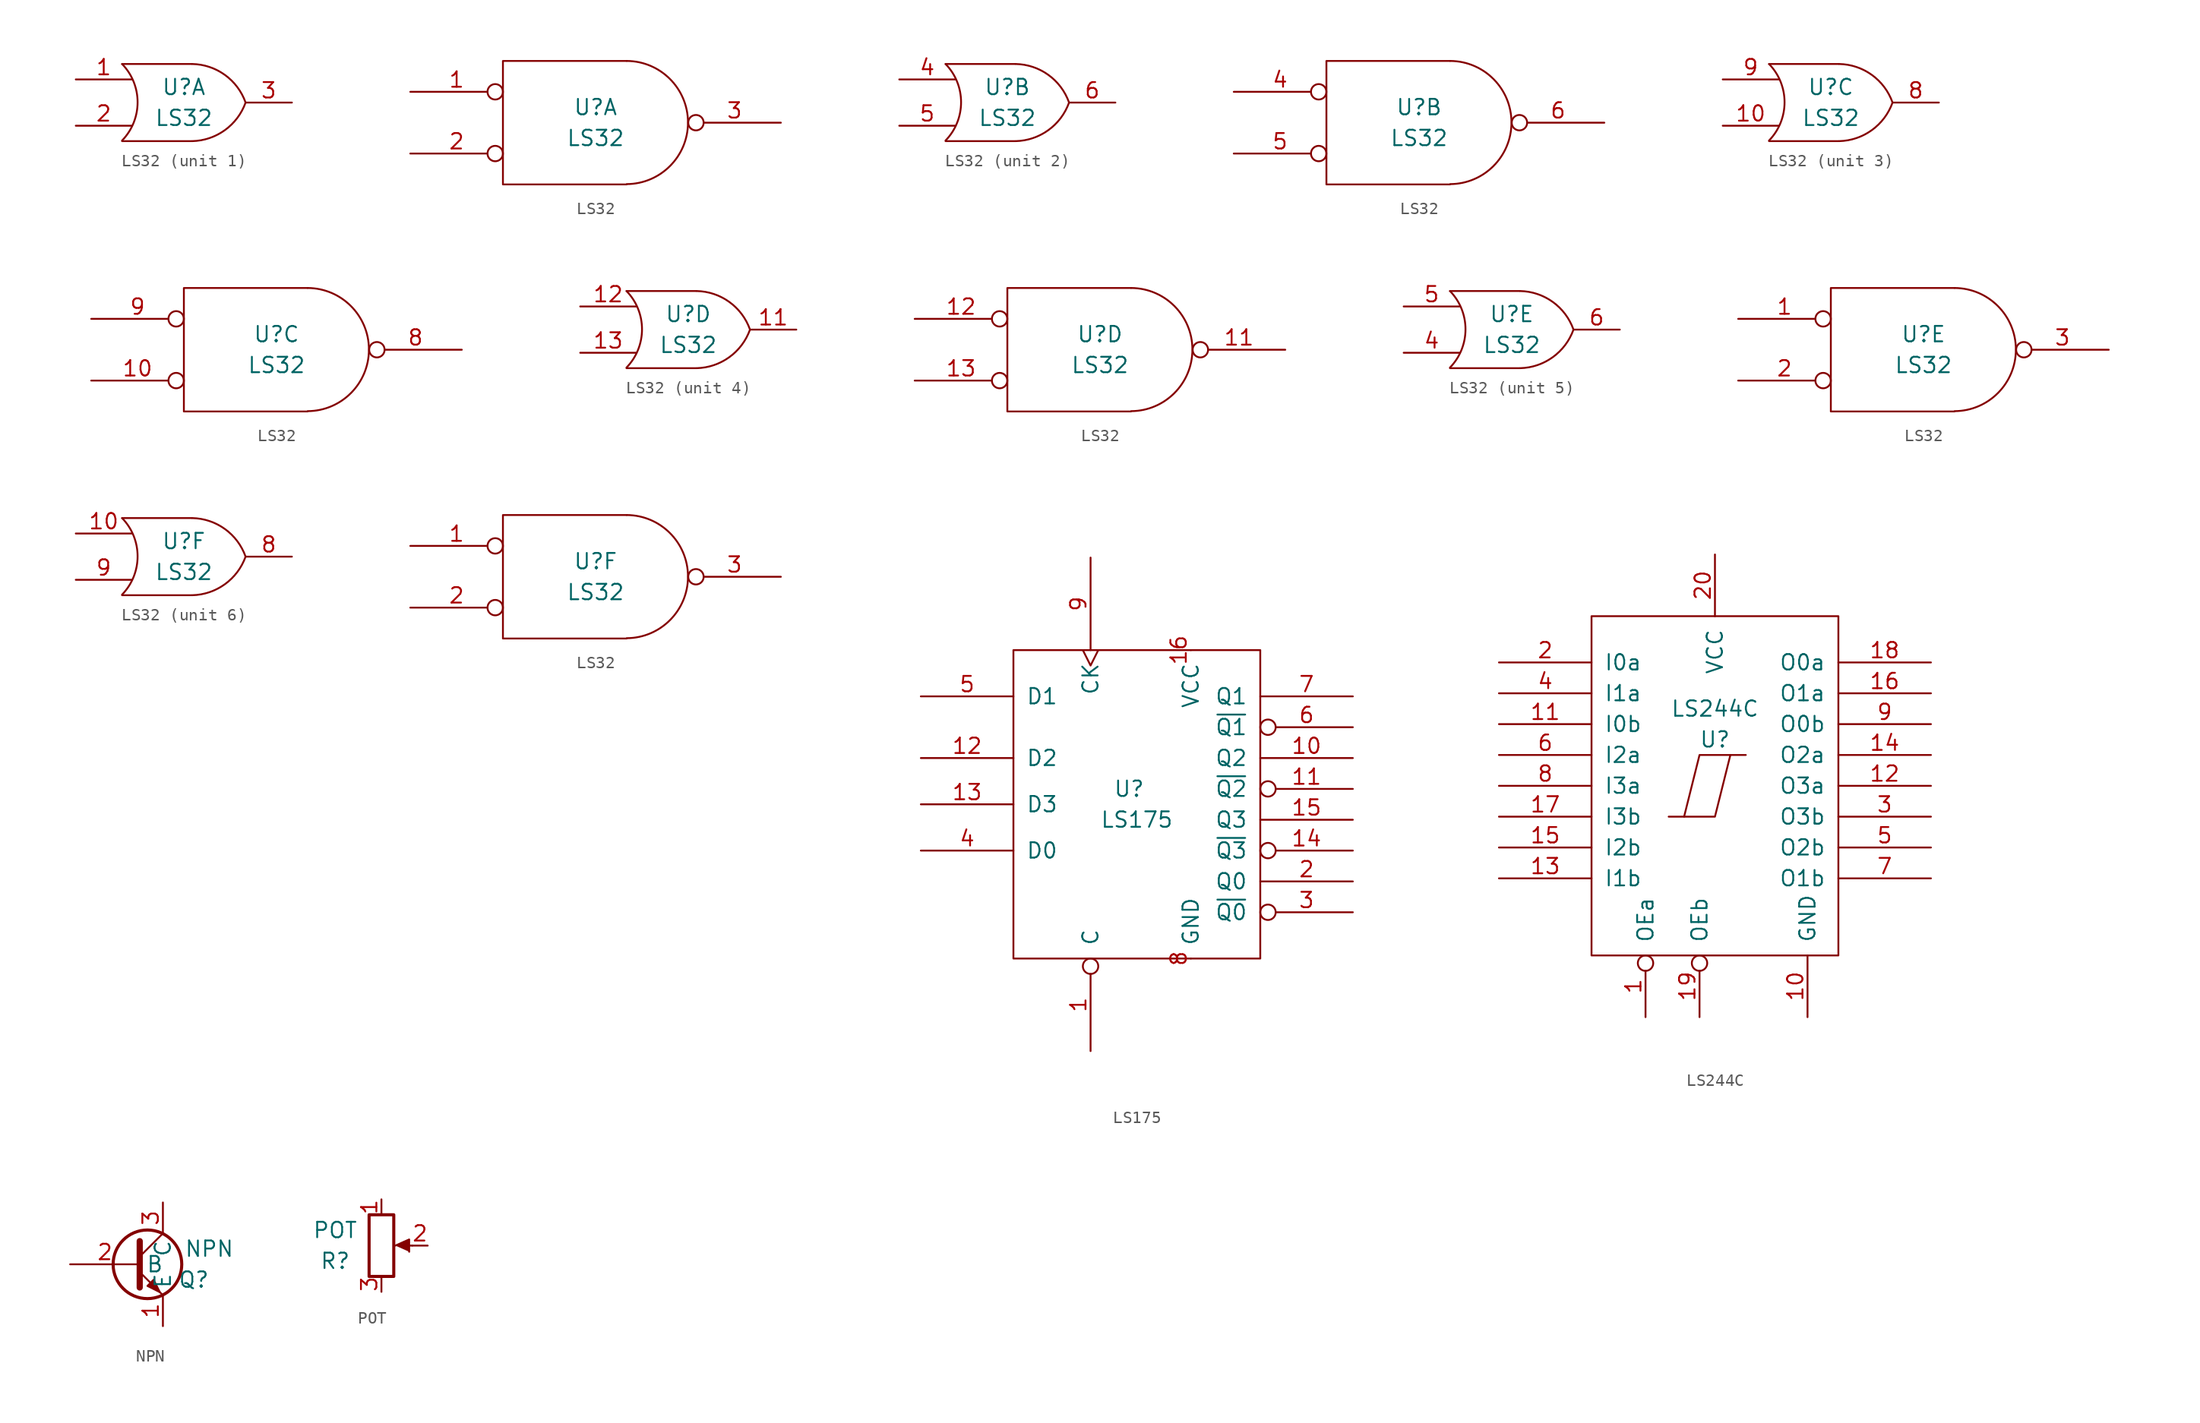
<source format=kicad_sym>
(kicad_symbol_lib
  (version 20211014)
  (generator kicad_symbol_editor)
  (symbol "LS32"
    (pin_names
      (offset 0.762))
    (property "Reference" "U"
      (at 0 1.27 0)
      (effects (font (size 1.27 1.27))))
    (property "Value" "LS32"
      (at 0 -1.27 0)
      (effects (font (size 1.27 1.27))))
    (symbol "LS32_0_1"
      (arc (start -5.08 -3.1242) (mid -3.8046 0.0254) (end -5.08 3.175) (stroke (width 0) (type default) (color 0 0 0 0)) (fill (type none)))
      (polyline (pts (xy -5.08 -3.175) (xy 0.635 -3.175)) (stroke (width 0) (type default) (color 0 0 0 0)) (fill (type none)))
      (polyline (pts (xy -5.08 3.175) (xy 0.635 3.175)) (stroke (width 0) (type default) (color 0 0 0 0)) (fill (type none)))
      (arc (start 0.6858 -3.175) (mid 3.3757 -2.2696) (end 5.08 0) (stroke (width 0) (type default) (color 0 0 0 0)) (fill (type none)))
      (arc (start 5.08 0) (mid 3.3795 2.2748) (end 0.6858 3.175) (stroke (width 0) (type default) (color 0 0 0 0)) (fill (type none))))
    (symbol "LS32_0_2"
      (polyline (pts (xy 2.54 5.08) (xy -7.62 5.08) (xy -7.62 -5.08) (xy 2.54 -5.08)) (stroke (width 0) (type default) (color 0 0 0 0)) (fill (type none)))
      (arc (start 2.5654 -5.0546) (mid 7.5947 0.0127) (end 2.5654 5.08) (stroke (width 0) (type default) (color 0 0 0 0)) (fill (type none))))
    (symbol "LS32_1_1"
      (pin input line (at -8.89 1.905 0) (length 4.597) (name "~" (effects (font (size 1.27 1.27)))) (number "1" (effects (font (size 1.27 1.27)))))
      (pin input line (at -8.89 -1.905 0) (length 4.597) (name "~" (effects (font (size 1.27 1.27)))) (number "2" (effects (font (size 1.27 1.27)))))
      (pin output line (at 8.89 0 180) (length 3.81) (name "~" (effects (font (size 1.27 1.27)))) (number "3" (effects (font (size 1.27 1.27))))))
    (symbol "LS32_1_2"
      (pin input inverted (at -15.24 2.54 0) (length 7.62) (name "~" (effects (font (size 1.27 1.27)))) (number "1" (effects (font (size 1.27 1.27)))))
      (pin input inverted (at -15.24 -2.54 0) (length 7.62) (name "~" (effects (font (size 1.27 1.27)))) (number "2" (effects (font (size 1.27 1.27)))))
      (pin output inverted (at 15.24 0 180) (length 7.62) (name "~" (effects (font (size 1.27 1.27)))) (number "3" (effects (font (size 1.27 1.27))))))
    (symbol "LS32_2_1"
      (pin input line (at -8.89 1.905 0) (length 4.597) (name "~" (effects (font (size 1.27 1.27)))) (number "4" (effects (font (size 1.27 1.27)))))
      (pin input line (at -8.89 -1.905 0) (length 4.597) (name "~" (effects (font (size 1.27 1.27)))) (number "5" (effects (font (size 1.27 1.27)))))
      (pin output line (at 8.89 0 180) (length 3.81) (name "~" (effects (font (size 1.27 1.27)))) (number "6" (effects (font (size 1.27 1.27))))))
    (symbol "LS32_2_2"
      (pin input inverted (at -15.24 2.54 0) (length 7.62) (name "~" (effects (font (size 1.27 1.27)))) (number "4" (effects (font (size 1.27 1.27)))))
      (pin input inverted (at -15.24 -2.54 0) (length 7.62) (name "~" (effects (font (size 1.27 1.27)))) (number "5" (effects (font (size 1.27 1.27)))))
      (pin output inverted (at 15.24 0 180) (length 7.62) (name "~" (effects (font (size 1.27 1.27)))) (number "6" (effects (font (size 1.27 1.27))))))
    (symbol "LS32_3_1"
      (pin input line (at -8.89 -1.905 0) (length 4.597) (name "~" (effects (font (size 1.27 1.27)))) (number "10" (effects (font (size 1.27 1.27)))))
      (pin output line (at 8.89 0 180) (length 3.81) (name "~" (effects (font (size 1.27 1.27)))) (number "8" (effects (font (size 1.27 1.27)))))
      (pin input line (at -8.89 1.905 0) (length 4.597) (name "~" (effects (font (size 1.27 1.27)))) (number "9" (effects (font (size 1.27 1.27))))))
    (symbol "LS32_3_2"
      (pin input inverted (at -15.24 -2.54 0) (length 7.62) (name "~" (effects (font (size 1.27 1.27)))) (number "10" (effects (font (size 1.27 1.27)))))
      (pin output inverted (at 15.24 0 180) (length 7.62) (name "~" (effects (font (size 1.27 1.27)))) (number "8" (effects (font (size 1.27 1.27)))))
      (pin input inverted (at -15.24 2.54 0) (length 7.62) (name "~" (effects (font (size 1.27 1.27)))) (number "9" (effects (font (size 1.27 1.27))))))
    (symbol "LS32_4_1"
      (pin output line (at 8.89 0 180) (length 3.81) (name "~" (effects (font (size 1.27 1.27)))) (number "11" (effects (font (size 1.27 1.27)))))
      (pin input line (at -8.89 1.905 0) (length 4.597) (name "~" (effects (font (size 1.27 1.27)))) (number "12" (effects (font (size 1.27 1.27)))))
      (pin input line (at -8.89 -1.905 0) (length 4.597) (name "~" (effects (font (size 1.27 1.27)))) (number "13" (effects (font (size 1.27 1.27))))))
    (symbol "LS32_4_2"
      (pin output inverted (at 15.24 0 180) (length 7.62) (name "~" (effects (font (size 1.27 1.27)))) (number "11" (effects (font (size 1.27 1.27)))))
      (pin input inverted (at -15.24 2.54 0) (length 7.62) (name "~" (effects (font (size 1.27 1.27)))) (number "12" (effects (font (size 1.27 1.27)))))
      (pin input inverted (at -15.24 -2.54 0) (length 7.62) (name "~" (effects (font (size 1.27 1.27)))) (number "13" (effects (font (size 1.27 1.27))))))
    (symbol "LS32_5_1"
      (pin input line (at -8.89 -1.905 0) (length 4.597) (name "~" (effects (font (size 1.27 1.27)))) (number "4" (effects (font (size 1.27 1.27)))))
      (pin input line (at -8.89 1.905 0) (length 4.597) (name "~" (effects (font (size 1.27 1.27)))) (number "5" (effects (font (size 1.27 1.27)))))
      (pin output line (at 8.89 0 180) (length 3.81) (name "~" (effects (font (size 1.27 1.27)))) (number "6" (effects (font (size 1.27 1.27))))))
    (symbol "LS32_5_2"
      (pin input inverted (at -15.24 2.54 0) (length 7.62) (name "~" (effects (font (size 1.27 1.27)))) (number "1" (effects (font (size 1.27 1.27)))))
      (pin input inverted (at -15.24 -2.54 0) (length 7.62) (name "~" (effects (font (size 1.27 1.27)))) (number "2" (effects (font (size 1.27 1.27)))))
      (pin output inverted (at 15.24 0 180) (length 7.62) (name "~" (effects (font (size 1.27 1.27)))) (number "3" (effects (font (size 1.27 1.27))))))
    (symbol "LS32_6_1"
      (pin input line (at -8.89 1.905 0) (length 4.597) (name "~" (effects (font (size 1.27 1.27)))) (number "10" (effects (font (size 1.27 1.27)))))
      (pin output line (at 8.89 0 180) (length 3.81) (name "~" (effects (font (size 1.27 1.27)))) (number "8" (effects (font (size 1.27 1.27)))))
      (pin input line (at -8.89 -1.905 0) (length 4.597) (name "~" (effects (font (size 1.27 1.27)))) (number "9" (effects (font (size 1.27 1.27))))))
    (symbol "LS32_6_2"
      (pin input inverted (at -15.24 2.54 0) (length 7.62) (name "~" (effects (font (size 1.27 1.27)))) (number "1" (effects (font (size 1.27 1.27)))))
      (pin input inverted (at -15.24 -2.54 0) (length 7.62) (name "~" (effects (font (size 1.27 1.27)))) (number "2" (effects (font (size 1.27 1.27)))))
      (pin output inverted (at 15.24 0 180) (length 7.62) (name "~" (effects (font (size 1.27 1.27)))) (number "3" (effects (font (size 1.27 1.27)))))))
  (symbol "LS175"
    (pin_names
      (offset 1.016))
    (property "Reference" "U"
      (at -0.635 1.27 0)
      (effects (font (size 1.27 1.27))))
    (property "Value" "LS175"
      (at 0 -1.27 0)
      (effects (font (size 1.27 1.27))))
    (symbol "LS175_0_0"
      (pin power_in line (at 4.445 12.7 270) (length 0) (name "VCC" (effects (font (size 1.27 1.27)))) (number "16" (effects (font (size 1.27 1.27)))))
      (pin power_in line (at 4.445 -12.7 90) (length 0) (name "GND" (effects (font (size 1.27 1.27)))) (number "8" (effects (font (size 1.27 1.27))))))
    (symbol "LS175_0_1"
      (rectangle (start -10.16 12.7) (end 10.16 -12.7) (stroke (width 0) (type default) (color 0 0 0 0)) (fill (type none))))
    (symbol "LS175_1_1"
      (pin input inverted (at -3.81 -20.32 90) (length 7.62) (name "C" (effects (font (size 1.27 1.27)))) (number "1" (effects (font (size 1.27 1.27)))))
      (pin output line (at 17.78 3.81 180) (length 7.62) (name "Q2" (effects (font (size 1.27 1.27)))) (number "10" (effects (font (size 1.27 1.27)))))
      (pin output inverted (at 17.78 1.27 180) (length 7.62) (name "~{Q2}" (effects (font (size 1.27 1.27)))) (number "11" (effects (font (size 1.27 1.27)))))
      (pin input line (at -17.78 3.81 0) (length 7.62) (name "D2" (effects (font (size 1.27 1.27)))) (number "12" (effects (font (size 1.27 1.27)))))
      (pin input line (at -17.78 0 0) (length 7.62) (name "D3" (effects (font (size 1.27 1.27)))) (number "13" (effects (font (size 1.27 1.27)))))
      (pin output inverted (at 17.78 -3.81 180) (length 7.62) (name "~{Q3}" (effects (font (size 1.27 1.27)))) (number "14" (effects (font (size 1.27 1.27)))))
      (pin output line (at 17.78 -1.27 180) (length 7.62) (name "Q3" (effects (font (size 1.27 1.27)))) (number "15" (effects (font (size 1.27 1.27)))))
      (pin output line (at 17.78 -6.35 180) (length 7.62) (name "Q0" (effects (font (size 1.27 1.27)))) (number "2" (effects (font (size 1.27 1.27)))))
      (pin output inverted (at 17.78 -8.89 180) (length 7.62) (name "~{Q0}" (effects (font (size 1.27 1.27)))) (number "3" (effects (font (size 1.27 1.27)))))
      (pin input line (at -17.78 -3.81 0) (length 7.62) (name "D0" (effects (font (size 1.27 1.27)))) (number "4" (effects (font (size 1.27 1.27)))))
      (pin input line (at -17.78 8.89 0) (length 7.62) (name "D1" (effects (font (size 1.27 1.27)))) (number "5" (effects (font (size 1.27 1.27)))))
      (pin output inverted (at 17.78 6.35 180) (length 7.62) (name "~{Q1}" (effects (font (size 1.27 1.27)))) (number "6" (effects (font (size 1.27 1.27)))))
      (pin output line (at 17.78 8.89 180) (length 7.62) (name "Q1" (effects (font (size 1.27 1.27)))) (number "7" (effects (font (size 1.27 1.27)))))
      (pin input clock (at -3.81 20.32 270) (length 7.62) (name "CK" (effects (font (size 1.27 1.27)))) (number "9" (effects (font (size 1.27 1.27)))))))
  (symbol "LS244C"
    (pin_names
      (offset 1.016))
    (property "Reference" "U"
      (at 0 3.81 0)
      (effects (font (size 1.27 1.27))))
    (property "Value" "LS244C"
      (at 0 6.35 0)
      (effects (font (size 1.27 1.27))))
    (symbol "LS244C_1_1"
      (rectangle (start -10.16 13.97) (end 10.16 -13.97) (stroke (width 0) (type default) (color 0 0 0 0)) (fill (type none)))
      (polyline (pts (xy 1.27 2.54) (xy 0 -2.54) (xy -2.54 -2.54)) (stroke (width 0) (type default) (color 0 0 0 0)) (fill (type none)))
      (polyline (pts (xy 2.54 2.54) (xy -1.27 2.54) (xy -2.54 -2.54) (xy -3.81 -2.54)) (stroke (width 0) (type default) (color 0 0 0 0)) (fill (type none)))
      (pin input inverted (at -5.715 -19.05 90) (length 5.08) (name "OEa" (effects (font (size 1.27 1.27)))) (number "1" (effects (font (size 1.27 1.27)))))
      (pin power_in line (at 7.62 -19.05 90) (length 5.08) (name "GND" (effects (font (size 1.27 1.27)))) (number "10" (effects (font (size 1.27 1.27)))))
      (pin input line (at -17.78 5.08 0) (length 7.62) (name "I0b" (effects (font (size 1.27 1.27)))) (number "11" (effects (font (size 1.27 1.27)))))
      (pin tri_state line (at 17.78 0 180) (length 7.62) (name "O3a" (effects (font (size 1.27 1.27)))) (number "12" (effects (font (size 1.27 1.27)))))
      (pin input line (at -17.78 -7.62 0) (length 7.62) (name "I1b" (effects (font (size 1.27 1.27)))) (number "13" (effects (font (size 1.27 1.27)))))
      (pin tri_state line (at 17.78 2.54 180) (length 7.62) (name "O2a" (effects (font (size 1.27 1.27)))) (number "14" (effects (font (size 1.27 1.27)))))
      (pin input line (at -17.78 -5.08 0) (length 7.62) (name "I2b" (effects (font (size 1.27 1.27)))) (number "15" (effects (font (size 1.27 1.27)))))
      (pin tri_state line (at 17.78 7.62 180) (length 7.62) (name "O1a" (effects (font (size 1.27 1.27)))) (number "16" (effects (font (size 1.27 1.27)))))
      (pin input line (at -17.78 -2.54 0) (length 7.62) (name "I3b" (effects (font (size 1.27 1.27)))) (number "17" (effects (font (size 1.27 1.27)))))
      (pin tri_state line (at 17.78 10.16 180) (length 7.62) (name "O0a" (effects (font (size 1.27 1.27)))) (number "18" (effects (font (size 1.27 1.27)))))
      (pin input inverted (at -1.27 -19.05 90) (length 5.08) (name "OEb" (effects (font (size 1.27 1.27)))) (number "19" (effects (font (size 1.27 1.27)))))
      (pin input line (at -17.78 10.16 0) (length 7.62) (name "I0a" (effects (font (size 1.27 1.27)))) (number "2" (effects (font (size 1.27 1.27)))))
      (pin power_in line (at 0 19.05 270) (length 5.08) (name "VCC" (effects (font (size 1.27 1.27)))) (number "20" (effects (font (size 1.27 1.27)))))
      (pin tri_state line (at 17.78 -2.54 180) (length 7.62) (name "O3b" (effects (font (size 1.27 1.27)))) (number "3" (effects (font (size 1.27 1.27)))))
      (pin input line (at -17.78 7.62 0) (length 7.62) (name "I1a" (effects (font (size 1.27 1.27)))) (number "4" (effects (font (size 1.27 1.27)))))
      (pin tri_state line (at 17.78 -5.08 180) (length 7.62) (name "O2b" (effects (font (size 1.27 1.27)))) (number "5" (effects (font (size 1.27 1.27)))))
      (pin input line (at -17.78 2.54 0) (length 7.62) (name "I2a" (effects (font (size 1.27 1.27)))) (number "6" (effects (font (size 1.27 1.27)))))
      (pin tri_state line (at 17.78 -7.62 180) (length 7.62) (name "O1b" (effects (font (size 1.27 1.27)))) (number "7" (effects (font (size 1.27 1.27)))))
      (pin input line (at -17.78 0 0) (length 7.62) (name "I3a" (effects (font (size 1.27 1.27)))) (number "8" (effects (font (size 1.27 1.27)))))
      (pin tri_state line (at 17.78 5.08 180) (length 7.62) (name "O0b" (effects (font (size 1.27 1.27)))) (number "9" (effects (font (size 1.27 1.27)))))))
  (symbol "NPN"
    (property "Reference" "Q"
      (at 3.81 -1.27 0)
      (effects (font (size 1.27 1.27))))
    (property "Value" "NPN"
      (at 5.08 1.27 0)
      (effects (font (size 1.27 1.27))))
    (symbol "NPN_0_1"
      (polyline (pts (xy -0.635 0.635) (xy 1.27 2.54)) (stroke (width 0) (type default) (color 0 0 0 0)) (fill (type none)))
      (polyline (pts (xy -0.635 -0.635) (xy 1.27 -2.54) (xy 1.27 -2.54)) (stroke (width 0) (type default) (color 0 0 0 0)) (fill (type none)))
      (polyline (pts (xy -0.635 1.905) (xy -0.635 -1.905) (xy -0.635 -1.905)) (stroke (width 0.508) (type default) (color 0 0 0 0)) (fill (type none)))
      (polyline (pts (xy 0 -1.778) (xy 0.508 -1.27) (xy 1.016 -2.286) (xy 0 -1.778) (xy 0 -1.778)) (stroke (width 0) (type default) (color 0 0 0 0)) (fill (type outline)))
      (circle (center 0 0) (radius 2.819) (stroke (width 0.254) (type default) (color 0 0 0 0)) (fill (type none))))
    (symbol "NPN_1_1"
      (pin passive line (at 1.27 -5.08 90) (length 2.54) (name "E" (effects (font (size 1.27 1.27)))) (number "1" (effects (font (size 1.27 1.27)))))
      (pin passive line (at -6.35 0 0) (length 5.715) (name "B" (effects (font (size 1.27 1.27)))) (number "2" (effects (font (size 1.27 1.27)))))
      (pin passive line (at 1.27 5.08 270) (length 2.54) (name "C" (effects (font (size 1.27 1.27)))) (number "3" (effects (font (size 1.27 1.27)))))))
  (symbol "POT"
    (property "Reference" "R"
      (at -3.81 -1.27 0)
      (effects (font (size 1.27 1.27))))
    (property "Value" "POT"
      (at -3.81 1.27 0)
      (effects (font (size 1.27 1.27))))
    (symbol "POT_0_1"
      (polyline (pts (xy 2.54 0) (xy 1.524 0)) (stroke (width 0) (type default) (color 0 0 0 0)) (fill (type none)))
      (polyline (pts (xy 1.143 0) (xy 2.286 0.508) (xy 2.286 -0.508)) (stroke (width 0) (type default) (color 0 0 0 0)) (fill (type outline)))
      (rectangle (start 1.016 2.54) (end -1.016 -2.54) (stroke (width 0.254) (type default) (color 0 0 0 0)) (fill (type none))))
    (symbol "POT_1_1"
      (pin passive line (at 0 3.81 270) (length 1.27) (name "" (effects (font (size 1.27 1.27)))) (number "1" (effects (font (size 1.27 1.27)))))
      (pin passive line (at 3.81 0 180) (length 1.27) (name "" (effects (font (size 1.27 1.27)))) (number "2" (effects (font (size 1.27 1.27)))))
      (pin passive line (at 0 -3.81 90) (length 1.27) (name "" (effects (font (size 1.27 1.27)))) (number "3" (effects (font (size 1.27 1.27))))))))
</source>
